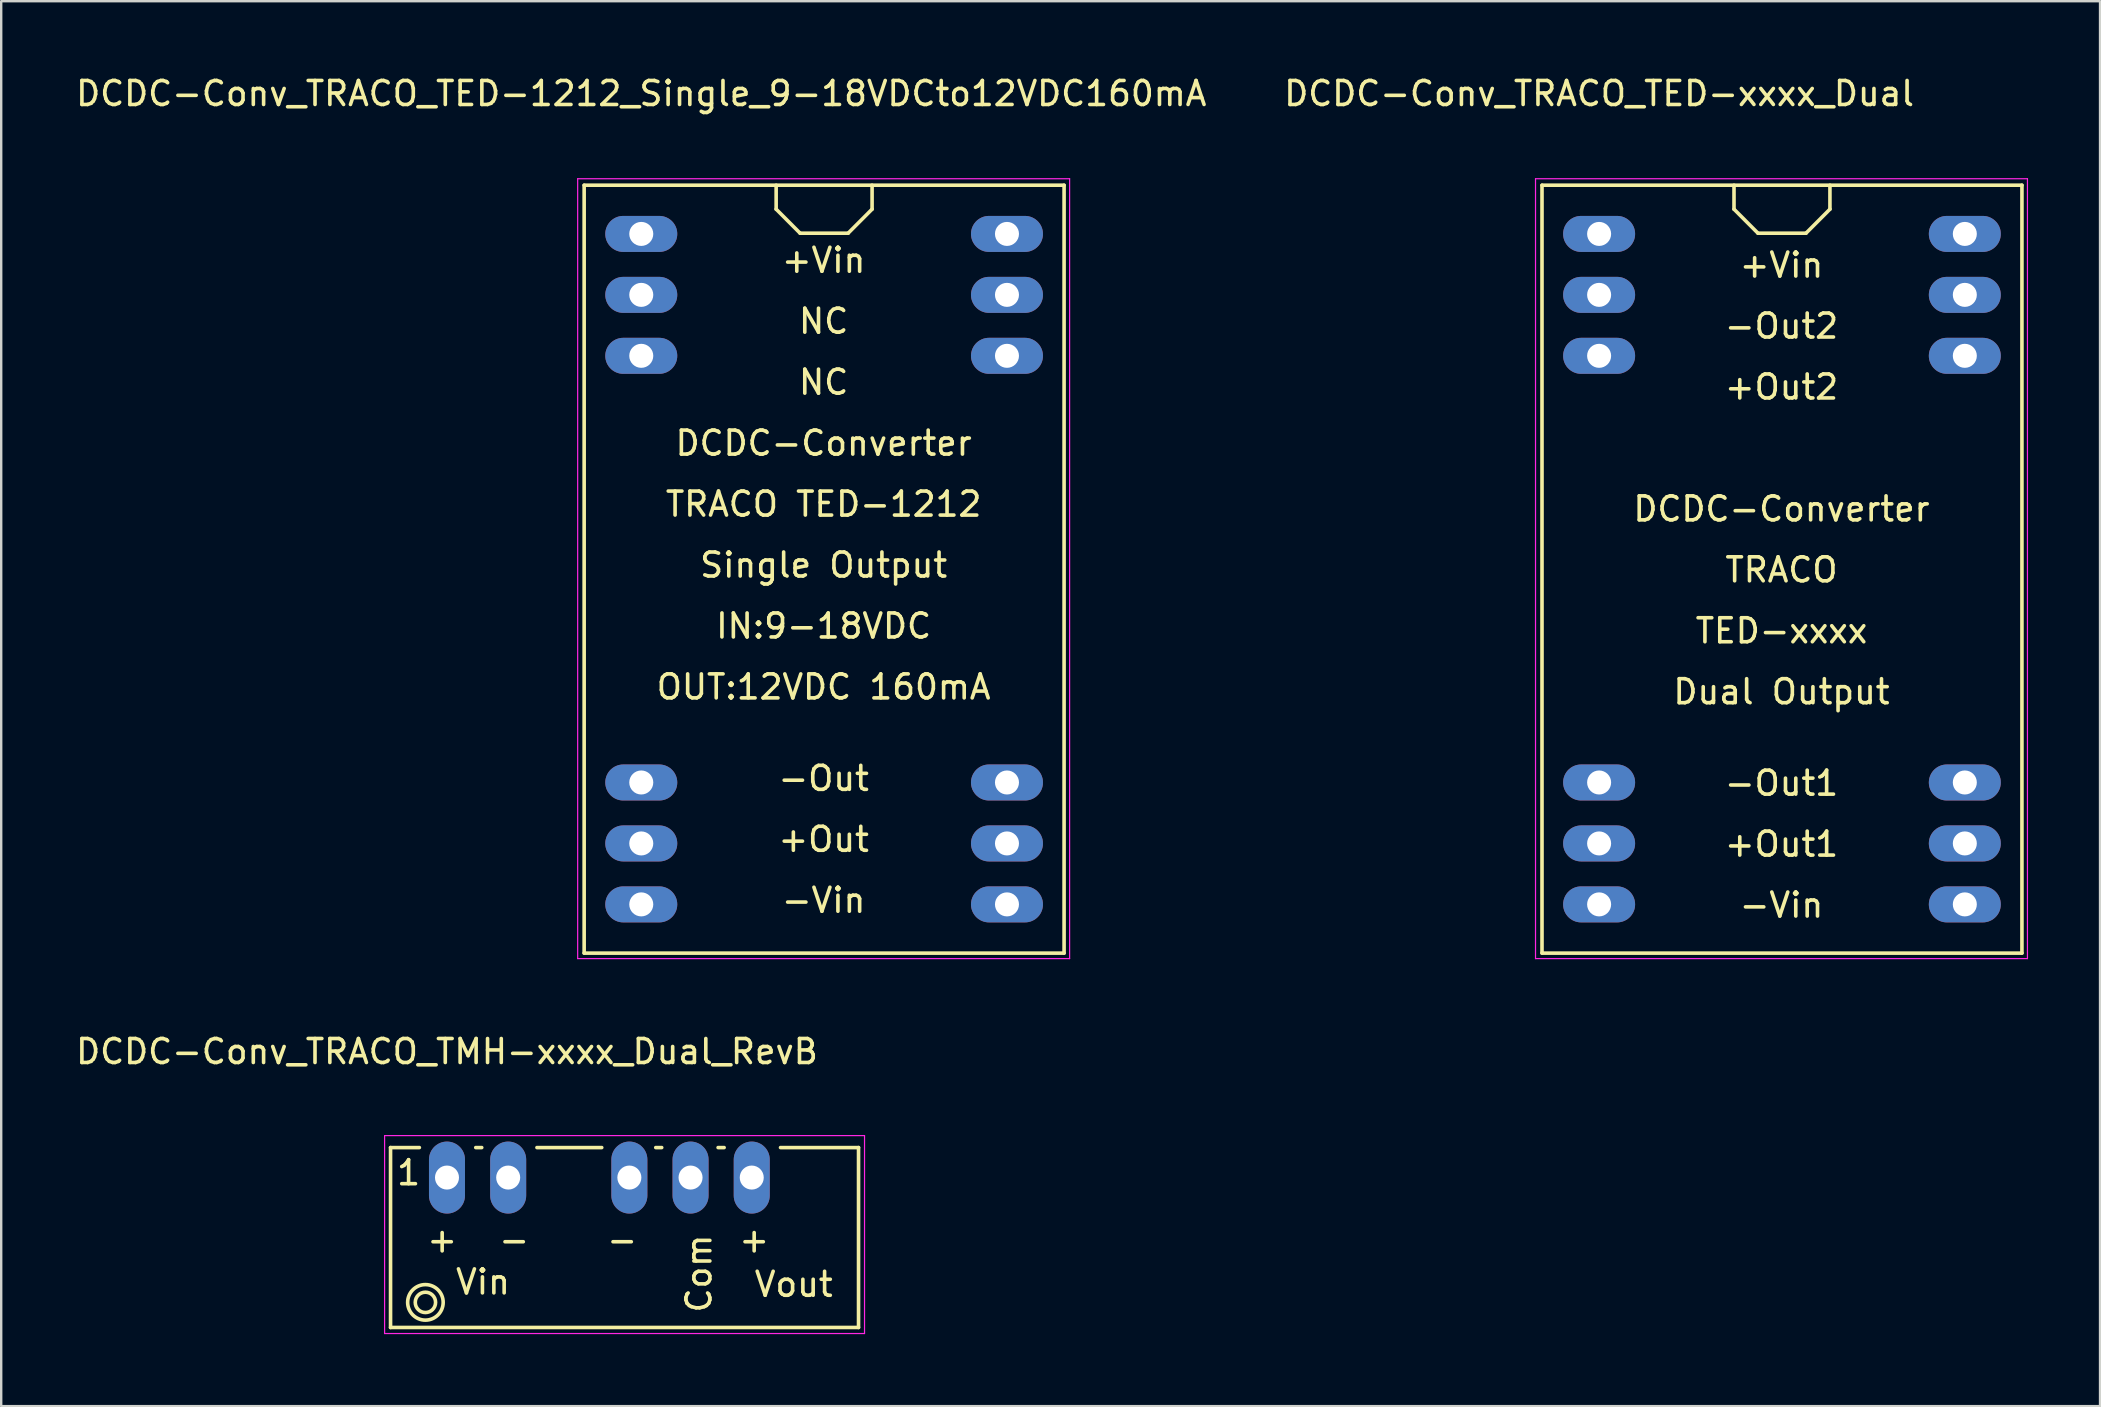
<source format=kicad_pcb>
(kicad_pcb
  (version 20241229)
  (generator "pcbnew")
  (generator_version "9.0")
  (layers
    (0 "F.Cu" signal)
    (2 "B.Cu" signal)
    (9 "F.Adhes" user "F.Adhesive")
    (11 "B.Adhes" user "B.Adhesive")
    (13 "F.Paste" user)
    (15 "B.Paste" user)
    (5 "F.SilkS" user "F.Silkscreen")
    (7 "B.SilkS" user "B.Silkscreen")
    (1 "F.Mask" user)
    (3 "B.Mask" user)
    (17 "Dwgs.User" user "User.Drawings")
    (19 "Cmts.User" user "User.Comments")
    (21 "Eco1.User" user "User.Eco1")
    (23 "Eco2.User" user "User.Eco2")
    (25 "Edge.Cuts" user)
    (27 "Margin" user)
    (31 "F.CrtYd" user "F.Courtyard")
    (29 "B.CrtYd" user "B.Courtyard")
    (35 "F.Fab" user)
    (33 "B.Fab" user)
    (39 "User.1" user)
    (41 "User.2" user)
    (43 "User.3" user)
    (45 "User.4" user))
  (footprint "DCDC-Conv_TRACO_TED-1212_Single_9-18VDCto12VDC160mA"
    (layer "F.Cu")
    (at 23.673 6.698)
    (property "Reference" "DCDC-Conv_TRACO_TED-1212_Single_9-18VDCto12VDC160mA" (at 0 -5.85 0) (layer "F.SilkS") (effects (font (size 1 1) (thickness 0.15))))
    (attr through_hole)
    (fp_line (start -2.38 -2.029) (end -2.38 29.97) (stroke (width 0.15) (type solid)) (layer "F.SilkS"))
    (fp_line (start -2.38 29.97) (end 17.62 29.97) (stroke (width 0.15) (type solid)) (layer "F.SilkS"))
    (fp_line (start 5.621 -2.029) (end 5.621 -1.031) (stroke (width 0.15) (type solid)) (layer "F.SilkS"))
    (fp_line (start 5.621 -1.031) (end 6.619 -0.03) (stroke (width 0.15) (type solid)) (layer "F.SilkS"))
    (fp_line (start 6.619 -0.03) (end 8.621 -0.03) (stroke (width 0.15) (type solid)) (layer "F.SilkS"))
    (fp_line (start 8.621 -0.03) (end 9.619 -1.031) (stroke (width 0.15) (type solid)) (layer "F.SilkS"))
    (fp_line (start 9.619 -1.031) (end 9.619 -2.029) (stroke (width 0.15) (type solid)) (layer "F.SilkS"))
    (fp_line (start 17.62 -2.029) (end -2.38 -2.029) (stroke (width 0.15) (type solid)) (layer "F.SilkS"))
    (fp_line (start 17.62 29.97) (end 17.62 -2.029) (stroke (width 0.15) (type solid)) (layer "F.SilkS"))
    (fp_line (start -2.65 -2.3) (end -2.65 30.2) (stroke (width 0.05) (type solid)) (layer "F.CrtYd"))
    (fp_line (start -2.65 -2.3) (end 17.85 -2.3) (stroke (width 0.05) (type solid)) (layer "F.CrtYd"))
    (fp_line (start -2.65 30.2) (end 17.85 30.2) (stroke (width 0.05) (type solid)) (layer "F.CrtYd"))
    (fp_line (start 17.85 -2.3) (end 17.85 30.2) (stroke (width 0.05) (type solid)) (layer "F.CrtYd"))
    (fp_text user "+Vin" (at 7.6 1.1 0) (layer "F.SilkS") (effects (font (size 1 1) (thickness 0.15))))
    (fp_text user "Single Output" (at 7.6 13.8 0) (layer "F.SilkS") (effects (font (size 1 1) (thickness 0.15))))
    (fp_text user "NC" (at 7.6 6.18 0) (layer "F.SilkS") (effects (font (size 1 1) (thickness 0.15))))
    (fp_text user "IN:9-18VDC" (at 7.6 16.34 0) (layer "F.SilkS") (effects (font (size 1 1) (thickness 0.15))))
    (fp_text user "-Out" (at 7.6 22.69 0) (layer "F.SilkS") (effects (font (size 1 1) (thickness 0.15))))
    (fp_text user "+Out" (at 7.6 25.23 0) (layer "F.SilkS") (effects (font (size 1 1) (thickness 0.15))))
    (fp_text user "-Vin" (at 7.6 27.77 0) (layer "F.SilkS") (effects (font (size 1 1) (thickness 0.15))))
    (fp_text user "OUT:12VDC 160mA" (at 7.6 18.88 0) (layer "F.SilkS") (effects (font (size 1 1) (thickness 0.15))))
    (fp_text user "TRACO TED-1212" (at 7.6 11.26 0) (layer "F.SilkS") (effects (font (size 1 1) (thickness 0.15))))
    (fp_text user "NC" (at 7.6 3.64 0) (layer "F.SilkS") (effects (font (size 1 1) (thickness 0.15))))
    (fp_text user "DCDC-Converter" (at 7.6 8.72 0) (layer "F.SilkS") (effects (font (size 1 1) (thickness 0.15))))
    (pad "1" thru_hole oval (at 0 0) (size 3 1.501) (drill 1.001) (layers "*.Cu" "*.Mask"))
    (pad "2" thru_hole oval (at 0 2.54) (size 3 1.501) (drill 1.001) (layers "*.Cu" "*.Mask"))
    (pad "3" thru_hole oval (at 0 5.08) (size 3 1.501) (drill 1.001) (layers "*.Cu" "*.Mask"))
    (pad "10" thru_hole oval (at 0 22.86) (size 3 1.501) (drill 1.001) (layers "*.Cu" "*.Mask"))
    (pad "11" thru_hole oval (at 0 25.4) (size 3 1.501) (drill 1.001) (layers "*.Cu" "*.Mask"))
    (pad "12" thru_hole oval (at 0 27.94) (size 3 1.501) (drill 1.001) (layers "*.Cu" "*.Mask"))
    (pad "13" thru_hole oval (at 15.24 27.94) (size 3 1.501) (drill 1.001) (layers "*.Cu" "*.Mask"))
    (pad "14" thru_hole oval (at 15.24 25.4) (size 3 1.501) (drill 1.001) (layers "*.Cu" "*.Mask"))
    (pad "15" thru_hole oval (at 15.24 22.86) (size 3 1.501) (drill 1.001) (layers "*.Cu" "*.Mask"))
    (pad "22" thru_hole oval (at 15.24 5.08) (size 3 1.501) (drill 1.001) (layers "*.Cu" "*.Mask"))
    (pad "23" thru_hole oval (at 15.24 2.54) (size 3 1.501) (drill 1.001) (layers "*.Cu" "*.Mask"))
    (pad "24" thru_hole oval (at 15.24 0) (size 3 1.501) (drill 1.001) (layers "*.Cu" "*.Mask")))
  (footprint "DCDC-Conv_TRACO_TMH-xxxx_Dual_RevB"
    (layer "F.Cu")
    (at 15.577 46.022)
    (property "Reference" "DCDC-Conv_TRACO_TMH-xxxx_Dual_RevB" (at 0 -5.25 0) (layer "F.SilkS") (effects (font (size 1 1) (thickness 0.15))))
    (attr through_hole)
    (fp_line (start -2.352 -1.25) (end -2.352 6.248) (stroke (width 0.15) (type solid)) (layer "F.SilkS"))
    (fp_line (start -2.352 6.248) (end 17.15 6.248) (stroke (width 0.15) (type solid)) (layer "F.SilkS"))
    (fp_line (start -1.151 -1.25) (end -2.352 -1.25) (stroke (width 0.15) (type solid)) (layer "F.SilkS"))
    (fp_line (start 1.448 -1.25) (end 1.199 -1.25) (stroke (width 0.15) (type solid)) (layer "F.SilkS"))
    (fp_line (start 6.449 -1.25) (end 3.749 -1.25) (stroke (width 0.15) (type solid)) (layer "F.SilkS"))
    (fp_line (start 8.948 -1.25) (end 8.7 -1.25) (stroke (width 0.15) (type solid)) (layer "F.SilkS"))
    (fp_line (start 11.549 -1.25) (end 11.298 -1.25) (stroke (width 0.15) (type solid)) (layer "F.SilkS"))
    (fp_line (start 17.15 -1.25) (end 13.899 -1.25) (stroke (width 0.15) (type solid)) (layer "F.SilkS"))
    (fp_line (start 17.15 6.248) (end 17.15 -1.25) (stroke (width 0.15) (type solid)) (layer "F.SilkS"))
    (fp_circle (center -0.899 5.201) (end -0.6 5.501) (stroke (width 0.15) (type solid)) (fill no) (layer "F.SilkS"))
    (fp_circle (center -0.899 5.201) (end -0.351 5.699) (stroke (width 0.15) (type solid)) (fill no) (layer "F.SilkS"))
    (fp_line (start -2.6 -1.75) (end -2.6 6.5) (stroke (width 0.05) (type solid)) (layer "F.CrtYd"))
    (fp_line (start -2.6 -1.75) (end 17.4 -1.75) (stroke (width 0.05) (type solid)) (layer "F.CrtYd"))
    (fp_line (start -2.6 6.5) (end 17.4 6.5) (stroke (width 0.05) (type solid)) (layer "F.CrtYd"))
    (fp_line (start 17.4 -1.75) (end 17.4 6.5) (stroke (width 0.05) (type solid)) (layer "F.CrtYd"))
    (fp_text user "Vin" (at 1.501 4.35 0) (layer "F.SilkS") (effects (font (size 1 1) (thickness 0.15))))
    (fp_text user "+" (at -0.201 2.6 0) (layer "F.SilkS") (effects (font (size 1 1) (thickness 0.15))))
    (fp_text user "-" (at 7.3 2.6 0) (layer "F.SilkS") (effects (font (size 1 1) (thickness 0.15))))
    (fp_text user "Com" (at 10.5 4 90) (layer "F.SilkS") (effects (font (size 1 1) (thickness 0.15))))
    (fp_text user "Vout" (at 14.45 4.449 0) (layer "F.SilkS") (effects (font (size 1 1) (thickness 0.15))))
    (fp_text user "+" (at 12.801 2.6 0) (layer "F.SilkS") (effects (font (size 1 1) (thickness 0.15))))
    (fp_text user "-" (at 2.799 2.6 0) (layer "F.SilkS") (effects (font (size 1 1) (thickness 0.15))))
    (fp_text user "1" (at -1.6 -0.2 0) (layer "F.SilkS") (effects (font (size 1 1) (thickness 0.15))))
    (pad "1" thru_hole oval (at 0 0) (size 1.501 3) (drill 1.001) (layers "*.Cu" "*.Mask"))
    (pad "2" thru_hole oval (at 2.55 0) (size 1.501 3) (drill 1.001) (layers "*.Cu" "*.Mask"))
    (pad "4" thru_hole oval (at 7.6 0) (size 1.501 3) (drill 1.001) (layers "*.Cu" "*.Mask"))
    (pad "5" thru_hole oval (at 10.15 0) (size 1.501 3) (drill 1.001) (layers "*.Cu" "*.Mask"))
    (pad "6" thru_hole oval (at 12.7 0) (size 1.501 3) (drill 1.001) (layers "*.Cu" "*.Mask")))
  (footprint "DCDC-Conv_TRACO_TED-xxxx_Dual"
    (layer "F.Cu")
    (at 63.589 6.698)
    (property "Reference" "DCDC-Conv_TRACO_TED-xxxx_Dual" (at 0 -5.85 0) (layer "F.SilkS") (effects (font (size 1 1) (thickness 0.15))))
    (attr through_hole)
    (fp_line (start -2.38 -2.029) (end -2.38 29.97) (stroke (width 0.15) (type solid)) (layer "F.SilkS"))
    (fp_line (start -2.38 29.97) (end 17.62 29.97) (stroke (width 0.15) (type solid)) (layer "F.SilkS"))
    (fp_line (start 5.621 -2.029) (end 5.621 -1.031) (stroke (width 0.15) (type solid)) (layer "F.SilkS"))
    (fp_line (start 5.621 -1.031) (end 6.619 -0.03) (stroke (width 0.15) (type solid)) (layer "F.SilkS"))
    (fp_line (start 6.619 -0.03) (end 8.621 -0.03) (stroke (width 0.15) (type solid)) (layer "F.SilkS"))
    (fp_line (start 8.621 -0.03) (end 9.619 -1.031) (stroke (width 0.15) (type solid)) (layer "F.SilkS"))
    (fp_line (start 9.619 -1.031) (end 9.619 -2.029) (stroke (width 0.15) (type solid)) (layer "F.SilkS"))
    (fp_line (start 17.62 -2.029) (end -2.38 -2.029) (stroke (width 0.15) (type solid)) (layer "F.SilkS"))
    (fp_line (start 17.62 29.97) (end 17.62 -2.029) (stroke (width 0.15) (type solid)) (layer "F.SilkS"))
    (fp_line (start -2.65 -2.3) (end -2.65 30.2) (stroke (width 0.05) (type solid)) (layer "F.CrtYd"))
    (fp_line (start -2.65 -2.3) (end 17.85 -2.3) (stroke (width 0.05) (type solid)) (layer "F.CrtYd"))
    (fp_line (start -2.65 30.2) (end 17.85 30.2) (stroke (width 0.05) (type solid)) (layer "F.CrtYd"))
    (fp_line (start 17.85 -2.3) (end 17.85 30.2) (stroke (width 0.05) (type solid)) (layer "F.CrtYd"))
    (fp_text user "TRACO" (at 7.6 14 0) (layer "F.SilkS") (effects (font (size 1 1) (thickness 0.15))))
    (fp_text user "+Vin" (at 7.6 1.3 0) (layer "F.SilkS") (effects (font (size 1 1) (thickness 0.15))))
    (fp_text user "+Out2" (at 7.6 6.38 0) (layer "F.SilkS") (effects (font (size 1 1) (thickness 0.15))))
    (fp_text user "+Out1" (at 7.6 25.43 0) (layer "F.SilkS") (effects (font (size 1 1) (thickness 0.15))))
    (fp_text user "TED-xxxx" (at 7.6 16.54 0) (layer "F.SilkS") (effects (font (size 1 1) (thickness 0.15))))
    (fp_text user "-Out1" (at 7.6 22.89 0) (layer "F.SilkS") (effects (font (size 1 1) (thickness 0.15))))
    (fp_text user "-Vin" (at 7.6 27.97 0) (layer "F.SilkS") (effects (font (size 1 1) (thickness 0.15))))
    (fp_text user "Dual Output" (at 7.6 19.08 0) (layer "F.SilkS") (effects (font (size 1 1) (thickness 0.15))))
    (fp_text user "DCDC-Converter" (at 7.6 11.46 0) (layer "F.SilkS") (effects (font (size 1 1) (thickness 0.15))))
    (fp_text user "-Out2" (at 7.6 3.84 0) (layer "F.SilkS") (effects (font (size 1 1) (thickness 0.15))))
    (pad "1" thru_hole oval (at 0 0) (size 3 1.501) (drill 1.001) (layers "*.Cu" "*.Mask"))
    (pad "2" thru_hole oval (at 0 2.54) (size 3 1.501) (drill 1.001) (layers "*.Cu" "*.Mask"))
    (pad "3" thru_hole oval (at 0 5.08) (size 3 1.501) (drill 1.001) (layers "*.Cu" "*.Mask"))
    (pad "10" thru_hole oval (at 0 22.86) (size 3 1.501) (drill 1.001) (layers "*.Cu" "*.Mask"))
    (pad "11" thru_hole oval (at 0 25.4) (size 3 1.501) (drill 1.001) (layers "*.Cu" "*.Mask"))
    (pad "12" thru_hole oval (at 0 27.94) (size 3 1.501) (drill 1.001) (layers "*.Cu" "*.Mask"))
    (pad "13" thru_hole oval (at 15.24 27.94) (size 3 1.501) (drill 1.001) (layers "*.Cu" "*.Mask"))
    (pad "14" thru_hole oval (at 15.24 25.4) (size 3 1.501) (drill 1.001) (layers "*.Cu" "*.Mask"))
    (pad "15" thru_hole oval (at 15.24 22.86) (size 3 1.501) (drill 1.001) (layers "*.Cu" "*.Mask"))
    (pad "22" thru_hole oval (at 15.24 5.08) (size 3 1.501) (drill 1.001) (layers "*.Cu" "*.Mask"))
    (pad "23" thru_hole oval (at 15.24 2.54) (size 3 1.501) (drill 1.001) (layers "*.Cu" "*.Mask"))
    (pad "24" thru_hole oval (at 15.24 0) (size 3 1.501) (drill 1.001) (layers "*.Cu" "*.Mask")))
  (gr_rect
    (start -3 -3)
    (end 84.464 55.547)
    (stroke (width 0.1) (type default))
    (fill no)
    (layer "Edge.Cuts")))
</source>
